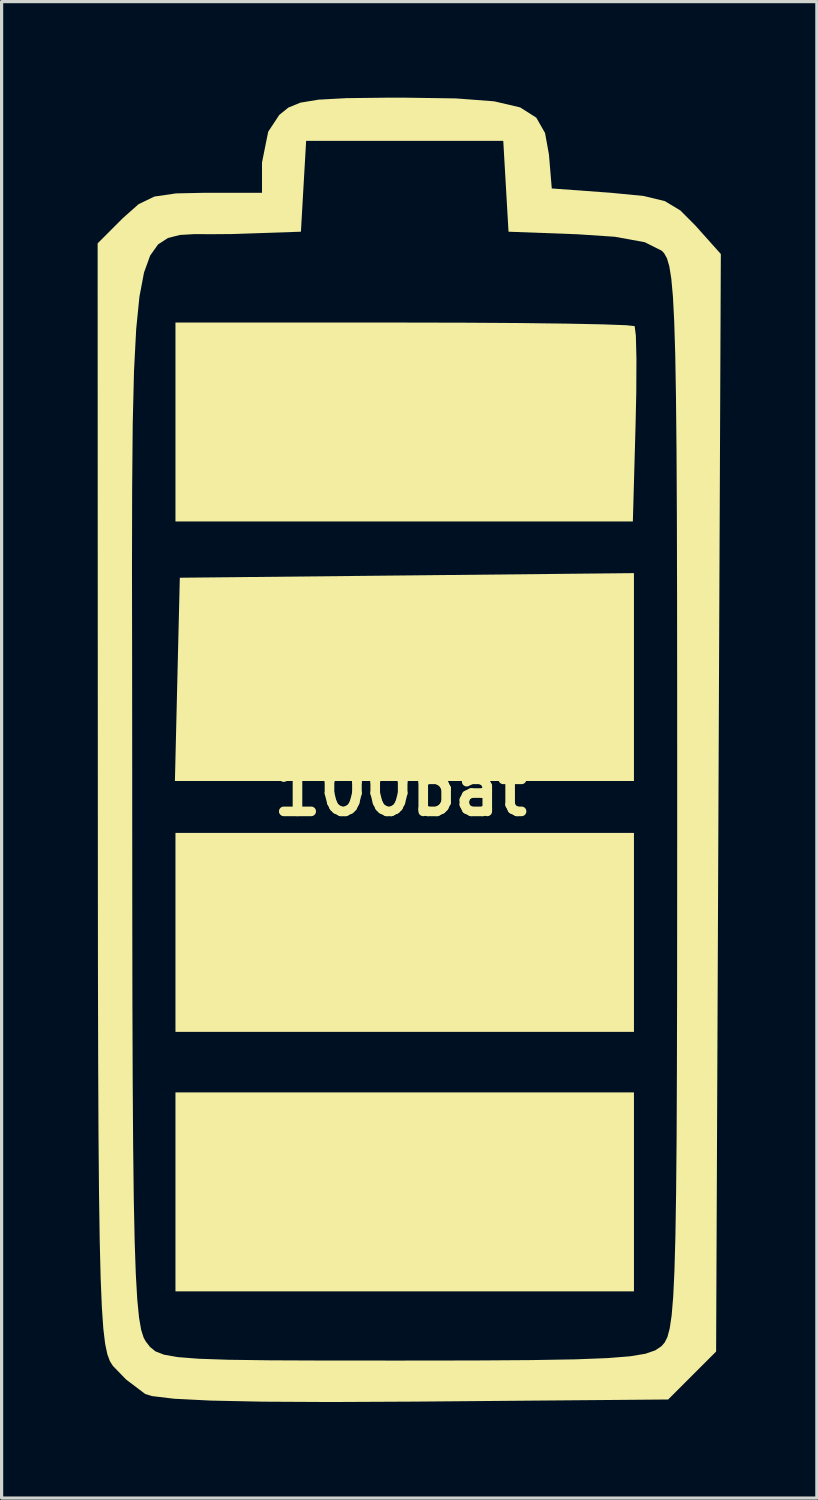
<source format=kicad_pcb>
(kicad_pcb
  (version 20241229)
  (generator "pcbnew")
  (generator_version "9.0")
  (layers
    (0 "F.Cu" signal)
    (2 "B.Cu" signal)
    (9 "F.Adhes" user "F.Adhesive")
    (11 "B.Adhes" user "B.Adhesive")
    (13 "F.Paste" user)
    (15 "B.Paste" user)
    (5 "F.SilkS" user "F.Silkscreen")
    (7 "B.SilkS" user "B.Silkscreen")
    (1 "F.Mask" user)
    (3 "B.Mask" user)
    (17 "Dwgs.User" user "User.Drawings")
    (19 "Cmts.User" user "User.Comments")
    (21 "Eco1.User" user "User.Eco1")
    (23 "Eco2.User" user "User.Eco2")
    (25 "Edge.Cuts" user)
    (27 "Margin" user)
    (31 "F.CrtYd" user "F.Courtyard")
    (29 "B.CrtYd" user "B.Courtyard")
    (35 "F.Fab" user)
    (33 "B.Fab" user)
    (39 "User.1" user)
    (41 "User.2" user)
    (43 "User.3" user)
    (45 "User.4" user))
  (footprint "100bat"
    (layer "F.Cu")
    (at 9.457 21.617)
    (property "Reference" "100bat" (at 0 0 0) (layer "F.SilkS") (effects (font (size 1.5 1.5) (thickness 0.3))))
    (attr board_only exclude_from_pos_files exclude_from_bom)
    (fp_poly (pts (xy 7.296 -3.517) (xy 7.296 -0.27) (xy 0.127 -0.27) (xy -7.043 -0.27) (xy -6.967 -3.445) (xy -6.89 -6.62) (xy 0.203 -6.692) (xy 7.296 -6.764)) (stroke (width 0) (type solid)) (fill yes) (layer "F.SilkS"))
    (fp_poly (pts (xy 7.296 4.459) (xy 7.296 7.566) (xy 0.135 7.566) (xy -7.026 7.566) (xy -7.026 4.459) (xy -7.026 1.351) (xy 0.135 1.351) (xy 7.296 1.351)) (stroke (width 0) (type solid)) (fill yes) (layer "F.SilkS"))
    (fp_poly (pts (xy 7.296 12.565) (xy 7.296 15.672) (xy 0.135 15.672) (xy -7.026 15.672) (xy -7.026 12.565) (xy -7.026 9.457) (xy 0.135 9.457) (xy 7.296 9.457)) (stroke (width 0) (type solid)) (fill yes) (layer "F.SilkS"))
    (fp_poly (pts (xy 1.995 -14.587) (xy 3.715 -14.576) (xy 5.18 -14.558) (xy 6.317 -14.535) (xy 7.054 -14.508) (xy 7.318 -14.48) (xy 7.356 -14.181) (xy 7.374 -13.456) (xy 7.369 -12.419) (xy 7.346 -11.373) (xy 7.262 -8.377) (xy 0.118 -8.377) (xy -7.026 -8.377) (xy -7.026 -11.484) (xy -7.026 -14.591) (xy 0.09 -14.591)) (stroke (width 0) (type solid)) (fill yes) (layer "F.SilkS"))
    (fp_poly (pts (xy 1.733 -21.593) (xy 2.93 -21.502) (xy 3.741 -21.312) (xy 4.245 -20.992) (xy 4.519 -20.512) (xy 4.641 -19.841) (xy 4.645 -19.789) (xy 4.729 -18.78) (xy 6.575 -18.645) (xy 7.599 -18.545) (xy 8.263 -18.384) (xy 8.749 -18.09) (xy 9.216 -17.621) (xy 10.01 -16.732) (xy 9.936 0.41) (xy 9.863 17.552) (xy 9.114 18.301) (xy 8.365 19.05) (xy 0.467 19.116) (xy -2.176 19.129) (xy -4.3 19.118) (xy -5.925 19.084) (xy -7.072 19.026) (xy -7.762 18.943) (xy -7.971 18.878) (xy -8.568 18.426) (xy -8.979 18.002) (xy -9.073 17.855) (xy -9.154 17.637) (xy -9.223 17.309) (xy -9.28 16.83) (xy -9.326 16.16) (xy -9.363 15.259) (xy -9.392 14.087) (xy -9.414 12.603) (xy -9.43 10.769) (xy -9.44 8.543) (xy -9.447 5.886) (xy -9.45 2.758) (xy -9.451 0.182) (xy -9.454 -6.945) (xy -8.384 -6.945) (xy -8.38 -4.046) (xy -8.377 -0.655) (xy -8.377 0.24) (xy -8.375 3.668) (xy -8.371 6.596) (xy -8.362 9.065) (xy -8.348 11.115) (xy -8.328 12.785) (xy -8.3 14.118) (xy -8.264 15.152) (xy -8.219 15.929) (xy -8.164 16.489) (xy -8.098 16.873) (xy -8.019 17.12) (xy -7.956 17.233) (xy -7.821 17.409) (xy -7.65 17.547) (xy -7.382 17.651) (xy -6.952 17.726) (xy -6.301 17.777) (xy -5.365 17.809) (xy -4.082 17.826) (xy -2.39 17.833) (xy -0.228 17.834) (xy 0.062 17.834) (xy 2.319 17.831) (xy 4.098 17.819) (xy 5.459 17.796) (xy 6.465 17.757) (xy 7.176 17.7) (xy 7.654 17.621) (xy 7.96 17.516) (xy 8.153 17.387) (xy 8.254 17.273) (xy 8.341 17.101) (xy 8.413 16.832) (xy 8.474 16.423) (xy 8.523 15.835) (xy 8.561 15.027) (xy 8.591 13.958) (xy 8.613 12.588) (xy 8.629 10.875) (xy 8.638 8.779) (xy 8.644 6.26) (xy 8.646 3.276) (xy 8.647 0.27) (xy 8.646 -3.154) (xy 8.643 -6.078) (xy 8.637 -8.543) (xy 8.626 -10.589) (xy 8.609 -12.258) (xy 8.586 -13.588) (xy 8.554 -14.622) (xy 8.514 -15.399) (xy 8.463 -15.961) (xy 8.401 -16.347) (xy 8.327 -16.599) (xy 8.239 -16.756) (xy 8.166 -16.834) (xy 7.634 -17.101) (xy 6.698 -17.271) (xy 5.532 -17.349) (xy 3.378 -17.429) (xy 3.296 -18.847) (xy 3.214 -20.266) (xy 0.135 -20.266) (xy -2.944 -20.266) (xy -3.026 -18.847) (xy -3.107 -17.429) (xy -5.269 -17.356) (xy -5.894 -17.351) (xy -6.429 -17.354) (xy -6.882 -17.328) (xy -7.26 -17.233) (xy -7.569 -17.032) (xy -7.816 -16.685) (xy -8.008 -16.154) (xy -8.151 -15.401) (xy -8.253 -14.386) (xy -8.321 -13.072) (xy -8.361 -11.419) (xy -8.379 -9.39) (xy -8.384 -6.945) (xy -9.454 -6.945) (xy -9.457 -17.065) (xy -8.668 -17.855) (xy -8.178 -18.289) (xy -7.685 -18.527) (xy -7.004 -18.626) (xy -6.101 -18.645) (xy -4.323 -18.645) (xy -4.323 -19.59) (xy -4.129 -20.553) (xy -3.783 -21.077) (xy -3.5 -21.306) (xy -3.126 -21.46) (xy -2.557 -21.554) (xy -1.689 -21.601) (xy -0.416 -21.616) (xy 0.075 -21.617)) (stroke (width 0) (type solid)) (fill yes) (layer "F.SilkS")))
  (gr_rect
    (start -3 -3)
    (end 22.467 43.746)
    (stroke (width 0.1) (type default))
    (fill no)
    (layer "Edge.Cuts")))
</source>
